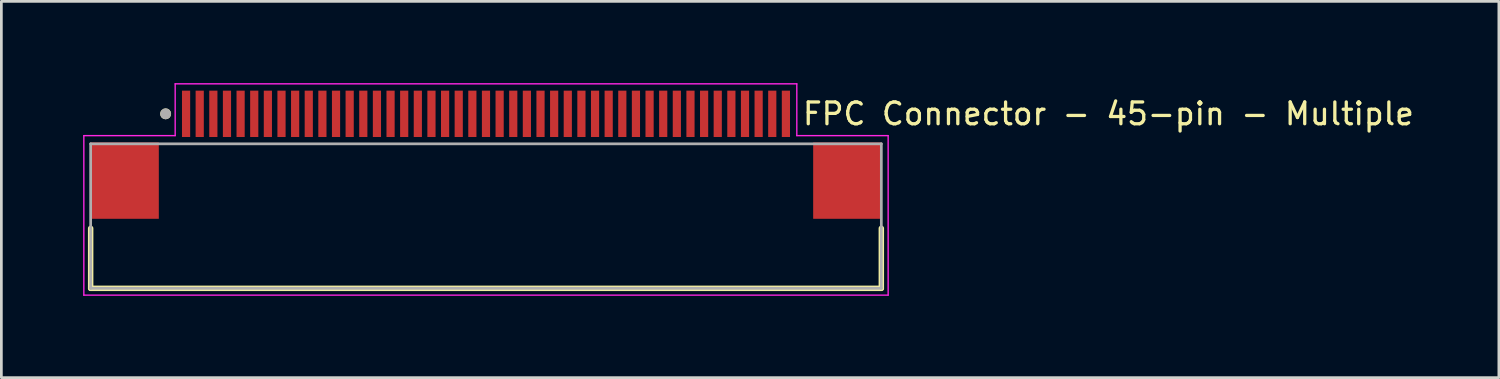
<source format=kicad_pcb>
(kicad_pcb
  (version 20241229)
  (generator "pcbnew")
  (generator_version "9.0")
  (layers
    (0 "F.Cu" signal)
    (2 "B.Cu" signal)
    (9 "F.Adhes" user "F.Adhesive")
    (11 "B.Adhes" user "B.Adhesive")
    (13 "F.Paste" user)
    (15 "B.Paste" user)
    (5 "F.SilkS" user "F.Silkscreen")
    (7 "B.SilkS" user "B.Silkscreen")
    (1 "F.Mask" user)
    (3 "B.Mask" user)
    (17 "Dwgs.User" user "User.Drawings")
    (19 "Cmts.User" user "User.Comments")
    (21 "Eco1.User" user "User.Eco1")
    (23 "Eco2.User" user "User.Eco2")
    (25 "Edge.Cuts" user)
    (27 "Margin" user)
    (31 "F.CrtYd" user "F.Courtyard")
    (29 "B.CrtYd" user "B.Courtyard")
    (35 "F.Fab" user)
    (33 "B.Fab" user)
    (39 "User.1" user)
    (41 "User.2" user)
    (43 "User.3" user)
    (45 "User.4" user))
  (footprint "FPC Connector - 45-pin - Multiple"
    (layer "F.Cu")
    (at 14.775 1.125)
    (property "Reference" "FPC Connector - 45-pin - Multiple" (at 11.55 0 0) (layer "F.SilkS") (effects (font (size 0.8 0.8) (thickness 0.12)) (justify left)))
    (attr smd)
    (fp_line (start -14.5 4.2) (end -14.5 6.4) (stroke (width 0.2) (type solid)) (layer "F.SilkS"))
    (fp_line (start -14.5 6.4) (end 14.5 6.4) (stroke (width 0.2) (type solid)) (layer "F.SilkS"))
    (fp_line (start 14.5 6.4) (end 14.5 4.2) (stroke (width 0.2) (type solid)) (layer "F.SilkS"))
    (fp_circle (center -11.75 0) (end -11.65 0) (stroke (width 0.2) (type solid)) (fill no) (layer "F.SilkS"))
    (fp_line (start -14.75 0.8) (end -14.75 6.65) (stroke (width 0.05) (type solid)) (layer "F.CrtYd"))
    (fp_line (start -14.75 6.65) (end 14.75 6.65) (stroke (width 0.05) (type solid)) (layer "F.CrtYd"))
    (fp_line (start -11.4 -1.1) (end -11.4 0.8) (stroke (width 0.05) (type solid)) (layer "F.CrtYd"))
    (fp_line (start -11.4 0.8) (end -14.75 0.8) (stroke (width 0.05) (type solid)) (layer "F.CrtYd"))
    (fp_line (start 11.4 -1.1) (end -11.4 -1.1) (stroke (width 0.05) (type solid)) (layer "F.CrtYd"))
    (fp_line (start 11.4 0.8) (end 11.4 -1.1) (stroke (width 0.05) (type solid)) (layer "F.CrtYd"))
    (fp_line (start 14.75 0.8) (end 11.4 0.8) (stroke (width 0.05) (type solid)) (layer "F.CrtYd"))
    (fp_line (start 14.75 6.65) (end 14.75 0.8) (stroke (width 0.05) (type solid)) (layer "F.CrtYd"))
    (fp_line (start -14.5 1.1) (end 14.5 1.1) (stroke (width 0.1) (type solid)) (layer "F.Fab"))
    (fp_line (start -14.5 6.4) (end -14.5 1.1) (stroke (width 0.1) (type solid)) (layer "F.Fab"))
    (fp_line (start 14.5 1.1) (end 14.5 6.4) (stroke (width 0.1) (type solid)) (layer "F.Fab"))
    (fp_line (start 14.5 6.4) (end -14.5 6.4) (stroke (width 0.1) (type solid)) (layer "F.Fab"))
    (fp_circle (center -11.75 0) (end -11.65 0) (stroke (width 0.2) (type solid)) (fill no) (layer "F.Fab"))
    (pad "1" smd rect (at -11 0) (size 0.3 1.7) (layers "F.Cu" "F.Mask" "F.Paste"))
    (pad "2" smd rect (at -10.5 0) (size 0.3 1.7) (layers "F.Cu" "F.Mask" "F.Paste"))
    (pad "3" smd rect (at -10 0) (size 0.3 1.7) (layers "F.Cu" "F.Mask" "F.Paste"))
    (pad "4" smd rect (at -9.5 0) (size 0.3 1.7) (layers "F.Cu" "F.Mask" "F.Paste"))
    (pad "5" smd rect (at -9 0) (size 0.3 1.7) (layers "F.Cu" "F.Mask" "F.Paste"))
    (pad "6" smd rect (at -8.5 0) (size 0.3 1.7) (layers "F.Cu" "F.Mask" "F.Paste"))
    (pad "7" smd rect (at -8 0) (size 0.3 1.7) (layers "F.Cu" "F.Mask" "F.Paste"))
    (pad "8" smd rect (at -7.5 0) (size 0.3 1.7) (layers "F.Cu" "F.Mask" "F.Paste"))
    (pad "9" smd rect (at -7 0) (size 0.3 1.7) (layers "F.Cu" "F.Mask" "F.Paste"))
    (pad "10" smd rect (at -6.5 0) (size 0.3 1.7) (layers "F.Cu" "F.Mask" "F.Paste"))
    (pad "11" smd rect (at -6 0) (size 0.3 1.7) (layers "F.Cu" "F.Mask" "F.Paste"))
    (pad "12" smd rect (at -5.5 0) (size 0.3 1.7) (layers "F.Cu" "F.Mask" "F.Paste"))
    (pad "13" smd rect (at -5 0) (size 0.3 1.7) (layers "F.Cu" "F.Mask" "F.Paste"))
    (pad "14" smd rect (at -4.5 0) (size 0.3 1.7) (layers "F.Cu" "F.Mask" "F.Paste"))
    (pad "15" smd rect (at -4 0) (size 0.3 1.7) (layers "F.Cu" "F.Mask" "F.Paste"))
    (pad "16" smd rect (at -3.5 0) (size 0.3 1.7) (layers "F.Cu" "F.Mask" "F.Paste"))
    (pad "17" smd rect (at -3 0) (size 0.3 1.7) (layers "F.Cu" "F.Mask" "F.Paste"))
    (pad "18" smd rect (at -2.5 0) (size 0.3 1.7) (layers "F.Cu" "F.Mask" "F.Paste"))
    (pad "19" smd rect (at -2 0) (size 0.3 1.7) (layers "F.Cu" "F.Mask" "F.Paste"))
    (pad "20" smd rect (at -1.5 0) (size 0.3 1.7) (layers "F.Cu" "F.Mask" "F.Paste"))
    (pad "21" smd rect (at -1 0) (size 0.3 1.7) (layers "F.Cu" "F.Mask" "F.Paste"))
    (pad "22" smd rect (at -0.5 0) (size 0.3 1.7) (layers "F.Cu" "F.Mask" "F.Paste"))
    (pad "23" smd rect (at 0 0) (size 0.3 1.7) (layers "F.Cu" "F.Mask" "F.Paste"))
    (pad "24" smd rect (at 0.5 0) (size 0.3 1.7) (layers "F.Cu" "F.Mask" "F.Paste"))
    (pad "25" smd rect (at 1 0) (size 0.3 1.7) (layers "F.Cu" "F.Mask" "F.Paste"))
    (pad "26" smd rect (at 1.5 0) (size 0.3 1.7) (layers "F.Cu" "F.Mask" "F.Paste"))
    (pad "27" smd rect (at 2 0) (size 0.3 1.7) (layers "F.Cu" "F.Mask" "F.Paste"))
    (pad "28" smd rect (at 2.5 0) (size 0.3 1.7) (layers "F.Cu" "F.Mask" "F.Paste"))
    (pad "29" smd rect (at 3 0) (size 0.3 1.7) (layers "F.Cu" "F.Mask" "F.Paste"))
    (pad "30" smd rect (at 3.5 0) (size 0.3 1.7) (layers "F.Cu" "F.Mask" "F.Paste"))
    (pad "31" smd rect (at 4 0) (size 0.3 1.7) (layers "F.Cu" "F.Mask" "F.Paste"))
    (pad "32" smd rect (at 4.5 0) (size 0.3 1.7) (layers "F.Cu" "F.Mask" "F.Paste"))
    (pad "33" smd rect (at 5 0) (size 0.3 1.7) (layers "F.Cu" "F.Mask" "F.Paste"))
    (pad "34" smd rect (at 5.5 0) (size 0.3 1.7) (layers "F.Cu" "F.Mask" "F.Paste"))
    (pad "35" smd rect (at 6 0) (size 0.3 1.7) (layers "F.Cu" "F.Mask" "F.Paste"))
    (pad "36" smd rect (at 6.5 0) (size 0.3 1.7) (layers "F.Cu" "F.Mask" "F.Paste"))
    (pad "37" smd rect (at 7 0) (size 0.3 1.7) (layers "F.Cu" "F.Mask" "F.Paste"))
    (pad "38" smd rect (at 7.5 0) (size 0.3 1.7) (layers "F.Cu" "F.Mask" "F.Paste"))
    (pad "39" smd rect (at 8 0) (size 0.3 1.7) (layers "F.Cu" "F.Mask" "F.Paste"))
    (pad "40" smd rect (at 8.5 0) (size 0.3 1.7) (layers "F.Cu" "F.Mask" "F.Paste"))
    (pad "41" smd rect (at 9 0) (size 0.3 1.7) (layers "F.Cu" "F.Mask" "F.Paste"))
    (pad "42" smd rect (at 9.5 0) (size 0.3 1.7) (layers "F.Cu" "F.Mask" "F.Paste"))
    (pad "43" smd rect (at 10 0) (size 0.3 1.7) (layers "F.Cu" "F.Mask" "F.Paste"))
    (pad "44" smd rect (at 10.5 0) (size 0.3 1.7) (layers "F.Cu" "F.Mask" "F.Paste"))
    (pad "45" smd rect (at 11 0) (size 0.3 1.7) (layers "F.Cu" "F.Mask" "F.Paste"))
    (pad "S1" smd rect (at -13.25 2.45) (size 2.5 2.8) (layers "F.Cu" "F.Mask" "F.Paste"))
    (pad "S2" smd rect (at 13.25 2.45) (size 2.5 2.8) (layers "F.Cu" "F.Mask" "F.Paste")))
  (gr_rect
    (start -3 -3)
    (end 51.925 10.8)
    (stroke (width 0.1) (type default))
    (fill no)
    (layer "Edge.Cuts")))
</source>
